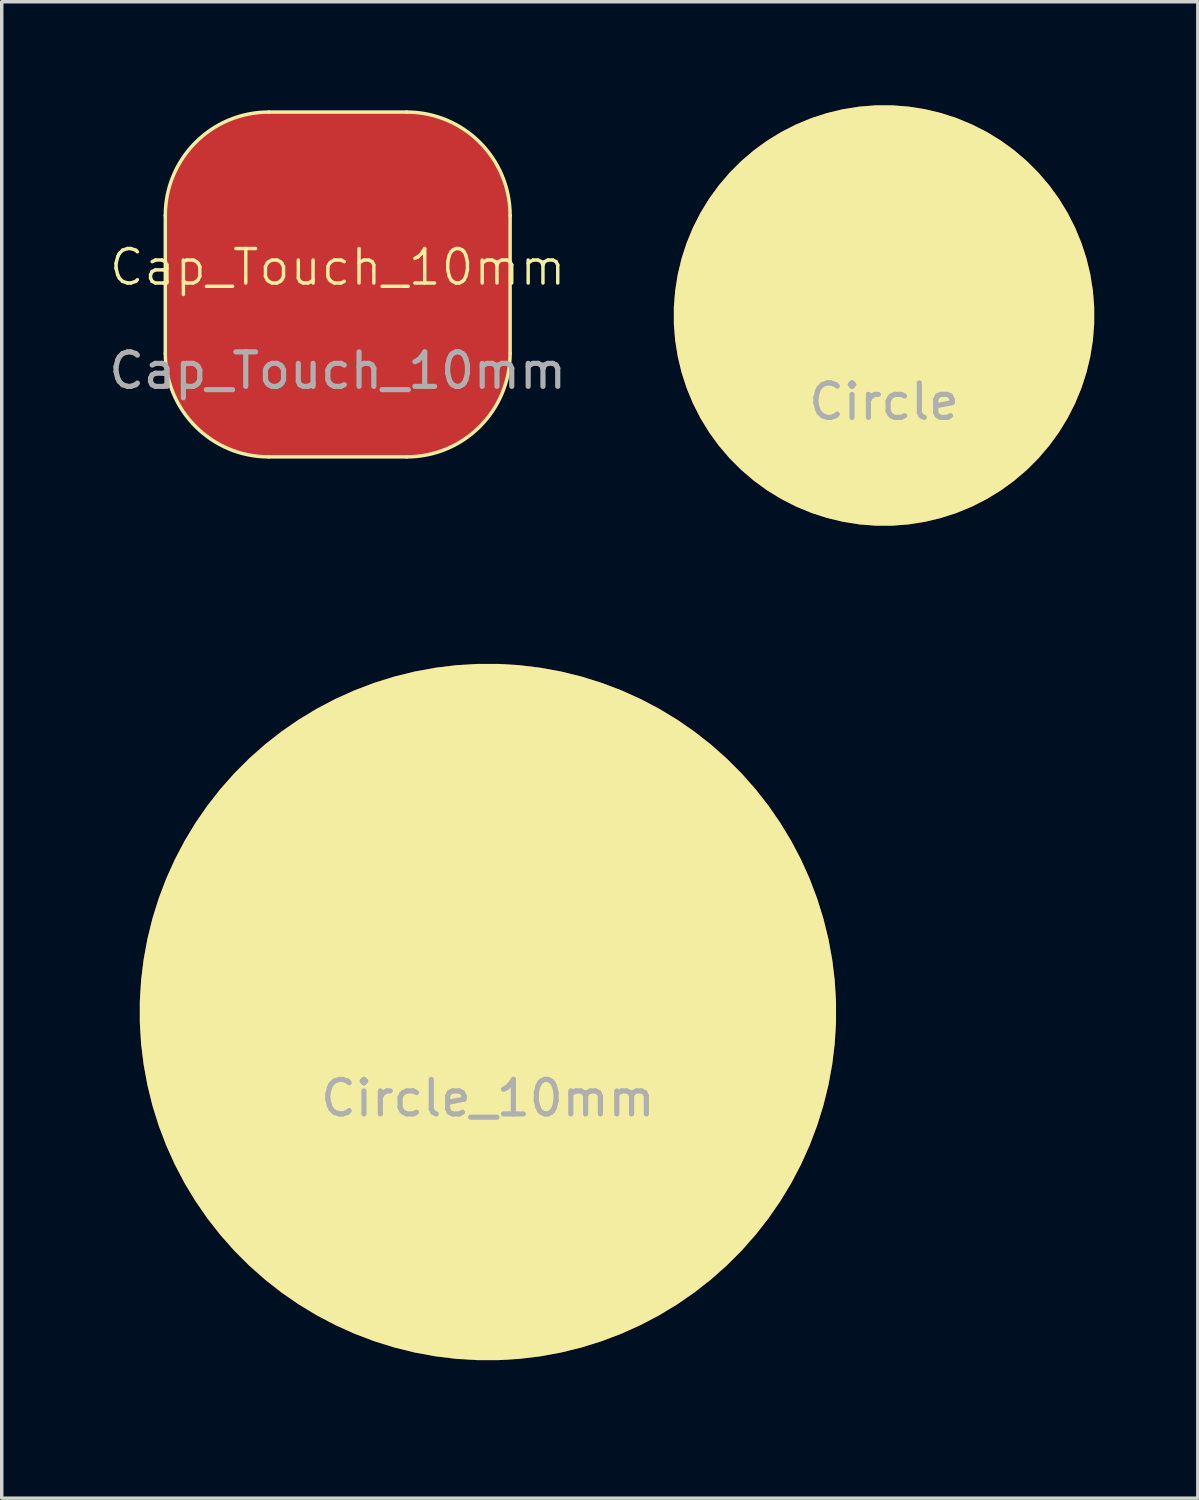
<source format=kicad_pcb>
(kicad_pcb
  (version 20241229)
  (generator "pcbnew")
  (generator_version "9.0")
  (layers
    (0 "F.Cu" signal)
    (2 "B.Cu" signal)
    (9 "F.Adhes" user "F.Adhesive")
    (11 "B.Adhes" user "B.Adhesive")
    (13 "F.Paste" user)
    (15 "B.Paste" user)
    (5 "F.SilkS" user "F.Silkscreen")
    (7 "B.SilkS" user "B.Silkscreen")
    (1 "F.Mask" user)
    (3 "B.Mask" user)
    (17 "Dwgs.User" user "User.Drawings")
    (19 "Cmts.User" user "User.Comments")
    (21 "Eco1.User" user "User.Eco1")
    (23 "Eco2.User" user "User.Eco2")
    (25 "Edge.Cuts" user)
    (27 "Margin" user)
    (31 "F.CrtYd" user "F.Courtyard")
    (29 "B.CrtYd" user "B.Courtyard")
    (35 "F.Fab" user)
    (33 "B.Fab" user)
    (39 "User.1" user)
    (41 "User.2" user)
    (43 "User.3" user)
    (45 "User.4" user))
  (footprint "Cap_Touch_10mm"
    (layer "F.Cu")
    (at 6.744 5.2)
    (property "Reference" "Cap_Touch_10mm" (at 0 -0.5 0) (unlocked yes) (layer "F.SilkS") (effects (font (size 1 1) (thickness 0.1))))
    (attr smd)
    (fp_line (start -5 2) (end -5 -2) (stroke (width 0.1) (type default)) (layer "F.SilkS"))
    (fp_line (start -2 -5) (end 2 -5) (stroke (width 0.1) (type default)) (layer "F.SilkS"))
    (fp_line (start 2 5) (end -2 5) (stroke (width 0.1) (type default)) (layer "F.SilkS"))
    (fp_line (start 5 -2) (end 5 2) (stroke (width 0.1) (type default)) (layer "F.SilkS"))
    (fp_arc (start -5 -2) (mid -4.12132 -4.12132) (end -2 -5) (stroke (width 0.1) (type default)) (layer "F.SilkS"))
    (fp_arc (start -2 5) (mid -4.12132 4.12132) (end -5 2) (stroke (width 0.1) (type default)) (layer "F.SilkS"))
    (fp_arc (start 2 -5) (mid 4.12132 -4.12132) (end 5 -2) (stroke (width 0.1) (type default)) (layer "F.SilkS"))
    (fp_arc (start 5 2) (mid 4.12132 4.12132) (end 2 5) (stroke (width 0.1) (type default)) (layer "F.SilkS"))
    (fp_text user "${REFERENCE}" (at 0 2.5 0) (unlocked yes) (layer "F.Fab") (effects (font (size 1 1) (thickness 0.15))))
    (pad "1" smd custom (at 0 0) (size 1.524 1.524) (layers "F.Cu") (options (anchor circle)) (primitives (gr_poly (pts (xy -0.762 -0.512) (xy -0.743 -0.608) (xy -0.689 -0.689) (xy -0.608 -0.743) (xy -0.512 -0.762) (xy 0.512 -0.762) (xy 0.608 -0.743) (xy 0.689 -0.689) (xy 0.743 -0.608) (xy 0.762 -0.512) (xy 0.762 0.512) (xy 0.743 0.608) (xy 0.689 0.689) (xy 0.608 0.743) (xy 0.512 0.762) (xy -0.512 0.762) (xy -0.608 0.743) (xy -0.689 0.689) (xy -0.743 0.608) (xy -0.762 0.512)) (width 0) (fill yes)) (gr_poly (pts (arc (start -5 2) (mid -4.12132 4.12132) (end -2 5)) (arc (start 2 5) (mid 4.12132 4.12132) (end 5 2)) (arc (start 5 -2) (mid 4.12132 -4.12132) (end 2 -5)) (arc (start -2 -5) (mid -4.12132 -4.12132) (end -5 -2))) (width 0) (fill yes))))
    (zone (net_name "") (layer "In1.Cu") (hatch edge 0.5) (connect_pads) (min_thickness 0.25) (filled_areas_thickness no) (keepout (tracks not_allowed) (vias allowed) (pads allowed) (copperpour not_allowed) (footprints allowed)) (placement (enabled no)) (fill) (polygon (pts (xy 8.747 0.00002) (xy 8.915 0.002) (xy 8.935 0.004) (xy 9.269 0.041) (xy 9.291 0.045) (xy 9.62 0.12) (xy 9.641 0.126) (xy 9.959 0.237) (xy 9.98 0.246) (xy 10.283 0.392) (xy 10.303 0.403) (xy 10.588 0.582) (xy 10.606 0.595) (xy 10.869 0.805) (xy 10.886 0.82) (xy 11.124 1.058) (xy 11.139 1.075) (xy 11.349 1.338) (xy 11.362 1.356) (xy 11.541 1.641) (xy 11.552 1.661) (xy 11.698 1.964) (xy 11.707 1.985) (xy 11.818 2.303) (xy 11.824 2.324) (xy 11.899 2.653) (xy 11.903 2.675) (xy 11.94 3.009) (xy 11.942 3.029) (xy 11.944 3.197) (xy 11.944 3.2) (xy 11.944 7.2) (xy 11.944 7.203) (xy 11.942 7.371) (xy 11.94 7.391) (xy 11.903 7.725) (xy 11.899 7.747) (xy 11.824 8.076) (xy 11.818 8.097) (xy 11.707 8.415) (xy 11.698 8.436) (xy 11.552 8.739) (xy 11.541 8.759) (xy 11.362 9.044) (xy 11.349 9.062) (xy 11.139 9.325) (xy 11.124 9.342) (xy 10.886 9.58) (xy 10.869 9.595) (xy 10.606 9.805) (xy 10.588 9.818) (xy 10.303 9.997) (xy 10.283 10.008) (xy 9.98 10.154) (xy 9.959 10.163) (xy 9.641 10.274) (xy 9.62 10.28) (xy 9.291 10.355) (xy 9.269 10.359) (xy 8.935 10.396) (xy 8.915 10.398) (xy 8.747 10.4) (xy 8.744 10.4) (xy 4.744 10.4) (xy 4.741 10.4) (xy 4.573 10.398) (xy 4.553 10.396) (xy 4.219 10.359) (xy 4.197 10.355) (xy 3.868 10.28) (xy 3.847 10.274) (xy 3.529 10.163) (xy 3.508 10.154) (xy 3.205 10.008) (xy 3.185 9.997) (xy 2.9 9.818) (xy 2.882 9.805) (xy 2.619 9.595) (xy 2.602 9.58) (xy 2.364 9.342) (xy 2.349 9.325) (xy 2.139 9.062) (xy 2.126 9.044) (xy 1.947 8.759) (xy 1.936 8.739) (xy 1.79 8.436) (xy 1.781 8.415) (xy 1.67 8.097) (xy 1.664 8.076) (xy 1.589 7.747) (xy 1.585 7.725) (xy 1.548 7.391) (xy 1.546 7.371) (xy 1.544 7.203) (xy 1.544 7.2) (xy 1.544 3.2) (xy 1.544 3.197) (xy 1.546 3.029) (xy 1.548 3.009) (xy 1.585 2.675) (xy 1.589 2.653) (xy 1.664 2.324) (xy 1.67 2.303) (xy 1.781 1.985) (xy 1.79 1.964) (xy 1.936 1.661) (xy 1.947 1.641) (xy 2.126 1.356) (xy 2.139 1.338) (xy 2.349 1.075) (xy 2.364 1.058) (xy 2.602 0.82) (xy 2.619 0.805) (xy 2.882 0.595) (xy 2.9 0.582) (xy 3.185 0.403) (xy 3.205 0.392) (xy 3.508 0.246) (xy 3.529 0.237) (xy 3.847 0.126) (xy 3.868 0.12) (xy 4.197 0.045) (xy 4.219 0.041) (xy 4.553 0.004) (xy 4.573 0.002) (xy 4.741 0.00002) (xy 4.744 0) (xy 8.744 0)))))
  (footprint "Circle_10mm"
    (layer "F.Cu")
    (at 11.1 26.3)
    (property "Reference" "Circle_10mm" (at 0 -0.5 0) (unlocked yes) (layer "F.SilkS") (effects (font (size 1 1) (thickness 0.1))))
    (attr smd)
    (fp_text user "${REFERENCE}" (at 0 2.5 0) (unlocked yes) (layer "F.Fab") (effects (font (size 1 1) (thickness 0.15))))
    (pad "1" smd custom (at 0 0) (size 1.524 1.524) (layers "F.Cu" "F.SilkS") (options (anchor circle)) (primitives (gr_poly (pts (xy -1.143 -0.381) (xy -1.127 -0.49) (xy -1.072 -0.602) (xy -0.983 -0.691) (xy -0.871 -0.746) (xy -0.762 -0.762) (xy 0.762 -0.762) (xy 0.871 -0.746) (xy 0.983 -0.691) (xy 1.072 -0.602) (xy 1.127 -0.49) (xy 1.143 -0.381) (xy 1.143 0.381) (xy 1.127 0.49) (xy 1.072 0.602) (xy 0.983 0.691) (xy 0.871 0.746) (xy 0.762 0.762) (xy -0.762 0.762) (xy -0.871 0.746) (xy -0.983 0.691) (xy -1.072 0.602) (xy -1.127 0.49) (xy -1.143 0.381)) (width 0) (fill yes)) (gr_circle (center 0 0) (end 10 0) (width 0.2) (fill yes))))
    (zone (net_name "") (layer "In1.Cu") (hatch edge 0.5) (connect_pads) (min_thickness 0.25) (filled_areas_thickness no) (keepout (tracks not_allowed) (vias not_allowed) (pads allowed) (copperpour not_allowed) (footprints allowed)) (placement (enabled no)) (fill) (polygon (pts (xy 11.765 15.22) (xy 11.828 15.224) (xy 12.459 15.284) (xy 12.522 15.291) (xy 13.148 15.391) (xy 13.21 15.402) (xy 13.829 15.541) (xy 13.89 15.557) (xy 14.5 15.734) (xy 14.559 15.753) (xy 15.156 15.968) (xy 15.215 15.991) (xy 15.797 16.243) (xy 15.854 16.27) (xy 16.419 16.558) (xy 16.474 16.588) (xy 17.02 16.911) (xy 17.073 16.945) (xy 17.598 17.301) (xy 17.649 17.338) (xy 18.15 17.727) (xy 18.199 17.767) (xy 18.675 18.187) (xy 18.721 18.23) (xy 19.169 18.678) (xy 19.212 18.724) (xy 19.632 19.2) (xy 19.672 19.249) (xy 20.061 19.75) (xy 20.098 19.801) (xy 20.454 20.326) (xy 20.488 20.379) (xy 20.811 20.925) (xy 20.841 20.98) (xy 21.129 21.545) (xy 21.156 21.602) (xy 21.408 22.184) (xy 21.431 22.243) (xy 21.646 22.84) (xy 21.665 22.899) (xy 21.842 23.509) (xy 21.858 23.57) (xy 21.997 24.189) (xy 22.008 24.251) (xy 22.108 24.877) (xy 22.115 24.94) (xy 22.175 25.571) (xy 22.179 25.634) (xy 22.199 26.268) (xy 22.199 26.331) (xy 22.179 26.965) (xy 22.175 27.028) (xy 22.115 27.659) (xy 22.108 27.722) (xy 22.008 28.348) (xy 21.997 28.41) (xy 21.858 29.029) (xy 21.842 29.09) (xy 21.665 29.7) (xy 21.646 29.759) (xy 21.431 30.356) (xy 21.408 30.415) (xy 21.156 30.997) (xy 21.129 31.054) (xy 20.841 31.619) (xy 20.811 31.674) (xy 20.488 32.22) (xy 20.454 32.273) (xy 20.098 32.798) (xy 20.061 32.849) (xy 19.672 33.35) (xy 19.632 33.399) (xy 19.212 33.875) (xy 19.169 33.921) (xy 18.721 34.369) (xy 18.675 34.412) (xy 18.199 34.832) (xy 18.15 34.872) (xy 17.649 35.261) (xy 17.598 35.298) (xy 17.073 35.654) (xy 17.02 35.688) (xy 16.474 36.011) (xy 16.419 36.041) (xy 15.854 36.329) (xy 15.797 36.356) (xy 15.215 36.608) (xy 15.156 36.631) (xy 14.559 36.846) (xy 14.5 36.865) (xy 13.89 37.042) (xy 13.829 37.058) (xy 13.21 37.197) (xy 13.148 37.208) (xy 12.522 37.308) (xy 12.459 37.315) (xy 11.828 37.375) (xy 11.765 37.379) (xy 11.131 37.399) (xy 11.068 37.399) (xy 10.434 37.379) (xy 10.371 37.375) (xy 9.74 37.315) (xy 9.677 37.308) (xy 9.051 37.208) (xy 8.989 37.197) (xy 8.37 37.058) (xy 8.309 37.042) (xy 7.699 36.865) (xy 7.64 36.846) (xy 7.043 36.631) (xy 6.984 36.608) (xy 6.402 36.356) (xy 6.345 36.329) (xy 5.78 36.041) (xy 5.725 36.011) (xy 5.179 35.688) (xy 5.126 35.654) (xy 4.601 35.298) (xy 4.55 35.261) (xy 4.049 34.872) (xy 4 34.832) (xy 3.524 34.412) (xy 3.478 34.369) (xy 3.03 33.921) (xy 2.987 33.875) (xy 2.567 33.399) (xy 2.527 33.35) (xy 2.138 32.849) (xy 2.101 32.798) (xy 1.745 32.273) (xy 1.711 32.22) (xy 1.388 31.674) (xy 1.358 31.619) (xy 1.07 31.054) (xy 1.043 30.997) (xy 0.791 30.415) (xy 0.768 30.356) (xy 0.553 29.759) (xy 0.534 29.7) (xy 0.357 29.09) (xy 0.341 29.029) (xy 0.202 28.41) (xy 0.191 28.348) (xy 0.091 27.722) (xy 0.084 27.659) (xy 0.024 27.028) (xy 0.02 26.965) (xy 0 26.331) (xy 0 26.268) (xy 0.02 25.634) (xy 0.024 25.571) (xy 0.084 24.94) (xy 0.091 24.877) (xy 0.191 24.251) (xy 0.202 24.189) (xy 0.341 23.57) (xy 0.357 23.509) (xy 0.534 22.899) (xy 0.553 22.84) (xy 0.768 22.243) (xy 0.791 22.184) (xy 1.043 21.602) (xy 1.07 21.545) (xy 1.358 20.98) (xy 1.388 20.925) (xy 1.711 20.379) (xy 1.745 20.326) (xy 2.101 19.801) (xy 2.138 19.75) (xy 2.527 19.249) (xy 2.567 19.2) (xy 2.987 18.724) (xy 3.03 18.678) (xy 3.478 18.23) (xy 3.524 18.187) (xy 4 17.767) (xy 4.049 17.727) (xy 4.55 17.338) (xy 4.601 17.301) (xy 5.126 16.945) (xy 5.179 16.911) (xy 5.725 16.588) (xy 5.78 16.558) (xy 6.345 16.27) (xy 6.402 16.243) (xy 6.984 15.991) (xy 7.043 15.968) (xy 7.64 15.753) (xy 7.699 15.734) (xy 8.309 15.557) (xy 8.37 15.541) (xy 8.989 15.402) (xy 9.051 15.391) (xy 9.677 15.291) (xy 9.74 15.284) (xy 10.371 15.224) (xy 10.434 15.22) (xy 11.068 15.2) (xy 11.131 15.2)))))
  (footprint "Circle"
    (layer "F.Cu")
    (at 22.588 6.1)
    (property "Reference" "Circle" (at 0 -0.5 0) (unlocked yes) (layer "F.SilkS") (effects (font (size 1 1) (thickness 0.1))))
    (attr smd)
    (fp_text user "${REFERENCE}" (at 0 2.5 0) (unlocked yes) (layer "F.Fab") (effects (font (size 1 1) (thickness 0.15))))
    (pad "1" smd custom (at 0 0) (size 2.9 2.9) (layers "F.Cu" "F.SilkS") (options (anchor circle)) (primitives (gr_poly (pts (xy -2.7 -0.725) (xy -2.685 -0.872) (xy -2.632 -1.031) (xy -2.544 -1.175) (xy -2.425 -1.294) (xy -2.281 -1.382) (xy -2.122 -1.435) (xy -1.975 -1.45) (xy 1.975 -1.45) (xy 2.122 -1.435) (xy 2.281 -1.382) (xy 2.425 -1.294) (xy 2.544 -1.175) (xy 2.632 -1.031) (xy 2.685 -0.872) (xy 2.7 -0.725) (xy 2.7 0.725) (xy 2.685 0.872) (xy 2.632 1.031) (xy 2.544 1.175) (xy 2.425 1.294) (xy 2.281 1.382) (xy 2.122 1.435) (xy 1.975 1.45) (xy -1.975 1.45) (xy -2.122 1.435) (xy -2.281 1.382) (xy -2.425 1.294) (xy -2.544 1.175) (xy -2.632 1.031) (xy -2.685 0.872) (xy -2.7 0.725)) (width 0) (fill yes)) (gr_circle (center 0 0) (end 6 0) (width 0.2) (fill yes))))
    (zone (net_name "") (layers "B.Cu" "F.SilkS") (hatch edge 0.5) (connect_pads) (min_thickness 0.25) (filled_areas_thickness no) (keepout (tracks not_allowed) (vias not_allowed) (pads allowed) (copperpour not_allowed) (footprints allowed)) (placement (enabled no)) (fill) (polygon (pts (xy 23.323 0.044) (xy 23.808 0.123) (xy 24.285 0.241) (xy 24.751 0.396) (xy 25.203 0.589) (xy 25.638 0.817) (xy 26.053 1.08) (xy 26.446 1.375) (xy 26.814 1.701) (xy 27.154 2.055) (xy 27.465 2.435) (xy 27.744 2.84) (xy 27.989 3.265) (xy 28.2 3.709) (xy 28.374 4.168) (xy 28.511 4.64) (xy 28.609 5.121) (xy 28.668 5.609) (xy 28.688 6.1) (xy 28.668 6.591) (xy 28.609 7.079) (xy 28.511 7.56) (xy 28.374 8.032) (xy 28.2 8.491) (xy 27.989 8.935) (xy 27.744 9.36) (xy 27.465 9.765) (xy 27.154 10.145) (xy 26.814 10.499) (xy 26.446 10.825) (xy 26.053 11.12) (xy 25.638 11.383) (xy 25.203 11.611) (xy 24.751 11.804) (xy 24.285 11.959) (xy 23.808 12.077) (xy 23.323 12.156) (xy 22.834 12.195) (xy 22.342 12.195) (xy 21.853 12.156) (xy 21.368 12.077) (xy 20.891 11.959) (xy 20.425 11.804) (xy 19.973 11.611) (xy 19.538 11.383) (xy 19.123 11.12) (xy 18.73 10.825) (xy 18.362 10.499) (xy 18.022 10.145) (xy 17.711 9.765) (xy 17.432 9.36) (xy 17.187 8.935) (xy 16.976 8.491) (xy 16.802 8.032) (xy 16.665 7.56) (xy 16.567 7.079) (xy 16.508 6.591) (xy 16.488 6.1) (xy 16.508 5.609) (xy 16.567 5.121) (xy 16.665 4.64) (xy 16.802 4.168) (xy 16.976 3.709) (xy 17.187 3.265) (xy 17.432 2.84) (xy 17.711 2.435) (xy 18.022 2.055) (xy 18.362 1.701) (xy 18.73 1.375) (xy 19.123 1.08) (xy 19.538 0.817) (xy 19.973 0.589) (xy 20.425 0.396) (xy 20.891 0.241) (xy 21.368 0.123) (xy 21.853 0.044) (xy 22.342 0.005) (xy 22.834 0.005)))))
  (gr_rect
    (start -3 -3)
    (end 31.688 40.399)
    (stroke (width 0.1) (type default))
    (fill no)
    (layer "Edge.Cuts")))
</source>
